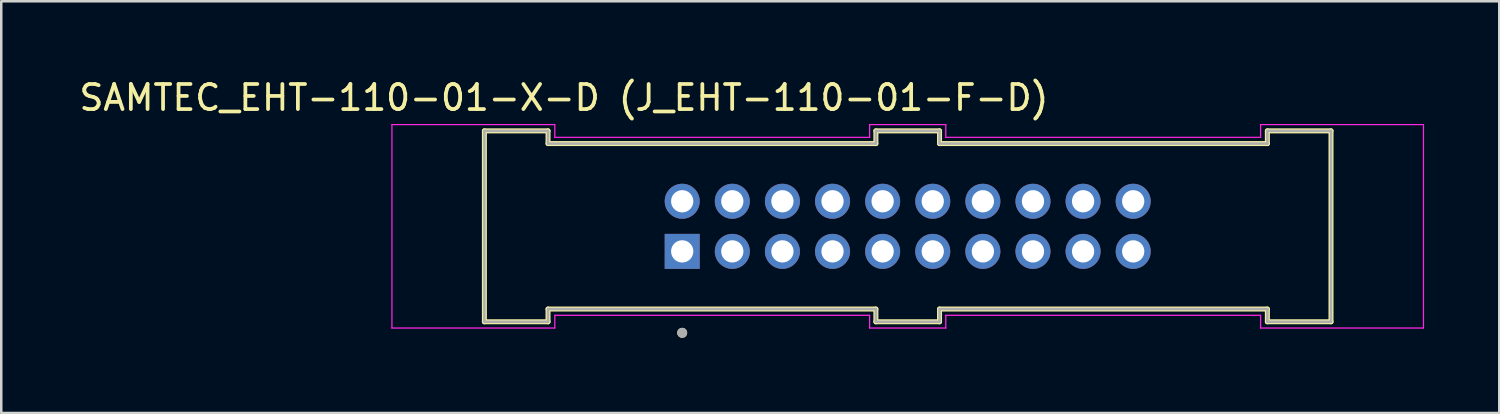
<source format=kicad_pcb>
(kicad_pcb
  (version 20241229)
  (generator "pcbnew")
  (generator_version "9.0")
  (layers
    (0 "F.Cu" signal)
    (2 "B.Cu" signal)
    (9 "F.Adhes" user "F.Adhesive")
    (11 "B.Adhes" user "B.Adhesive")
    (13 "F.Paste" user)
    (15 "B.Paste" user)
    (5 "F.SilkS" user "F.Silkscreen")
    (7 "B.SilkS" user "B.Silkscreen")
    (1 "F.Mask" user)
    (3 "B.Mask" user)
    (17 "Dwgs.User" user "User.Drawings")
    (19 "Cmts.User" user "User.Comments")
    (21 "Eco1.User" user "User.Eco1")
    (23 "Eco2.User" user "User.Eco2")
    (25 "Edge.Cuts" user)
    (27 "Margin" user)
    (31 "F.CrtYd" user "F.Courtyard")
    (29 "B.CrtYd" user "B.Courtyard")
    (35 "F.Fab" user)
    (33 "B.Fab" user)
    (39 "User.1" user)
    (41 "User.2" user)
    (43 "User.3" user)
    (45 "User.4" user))
  (footprint "SAMTEC_EHT-110-01-X-D (J_EHT-110-01-F-D)"
    (layer "F.Cu")
    (at 33.178 5.983)
    (property "Reference" "SAMTEC_EHT-110-01-X-D (J_EHT-110-01-F-D)" (at -13.72 -5.135 0) (layer "F.SilkS") (effects (font (size 1 1) (thickness 0.15))))
    (attr through_hole)
    (fp_line (start -16.895 -3.81) (end -14.355 -3.81) (stroke (width 0.2) (type solid)) (layer "F.SilkS"))
    (fp_line (start -16.895 3.81) (end -16.895 -3.81) (stroke (width 0.2) (type solid)) (layer "F.SilkS"))
    (fp_line (start -16.895 3.81) (end -14.355 3.81) (stroke (width 0.2) (type solid)) (layer "F.SilkS"))
    (fp_line (start -14.355 -3.302) (end -14.355 -3.81) (stroke (width 0.2) (type solid)) (layer "F.SilkS"))
    (fp_line (start -14.355 -3.302) (end -1.27 -3.302) (stroke (width 0.2) (type solid)) (layer "F.SilkS"))
    (fp_line (start -14.355 3.302) (end -14.355 3.81) (stroke (width 0.2) (type solid)) (layer "F.SilkS"))
    (fp_line (start -14.355 3.302) (end -1.27 3.302) (stroke (width 0.2) (type solid)) (layer "F.SilkS"))
    (fp_line (start -1.27 -3.81) (end 1.27 -3.81) (stroke (width 0.2) (type solid)) (layer "F.SilkS"))
    (fp_line (start -1.27 -3.302) (end -1.27 -3.81) (stroke (width 0.2) (type solid)) (layer "F.SilkS"))
    (fp_line (start -1.27 3.302) (end -1.27 3.81) (stroke (width 0.2) (type solid)) (layer "F.SilkS"))
    (fp_line (start -1.27 3.81) (end 1.27 3.81) (stroke (width 0.2) (type solid)) (layer "F.SilkS"))
    (fp_line (start 1.27 -3.302) (end 1.27 -3.81) (stroke (width 0.2) (type solid)) (layer "F.SilkS"))
    (fp_line (start 1.27 3.302) (end 1.27 3.81) (stroke (width 0.2) (type solid)) (layer "F.SilkS"))
    (fp_line (start 14.355 -3.302) (end 1.27 -3.302) (stroke (width 0.2) (type solid)) (layer "F.SilkS"))
    (fp_line (start 14.355 -3.302) (end 14.355 -3.81) (stroke (width 0.2) (type solid)) (layer "F.SilkS"))
    (fp_line (start 14.355 3.302) (end 1.27 3.302) (stroke (width 0.2) (type solid)) (layer "F.SilkS"))
    (fp_line (start 14.355 3.302) (end 14.355 3.81) (stroke (width 0.2) (type solid)) (layer "F.SilkS"))
    (fp_line (start 16.895 -3.81) (end 14.355 -3.81) (stroke (width 0.2) (type solid)) (layer "F.SilkS"))
    (fp_line (start 16.895 3.81) (end 14.355 3.81) (stroke (width 0.2) (type solid)) (layer "F.SilkS"))
    (fp_line (start 16.895 3.81) (end 16.895 -3.81) (stroke (width 0.2) (type solid)) (layer "F.SilkS"))
    (fp_circle (center -9 4.25) (end -8.9 4.25) (stroke (width 0.2) (type solid)) (fill no) (layer "F.SilkS"))
    (fp_line (start -20.585 -4.06) (end -14.085 -4.06) (stroke (width 0.05) (type solid)) (layer "F.CrtYd"))
    (fp_line (start -20.585 4.06) (end -20.585 -4.06) (stroke (width 0.05) (type solid)) (layer "F.CrtYd"))
    (fp_line (start -20.585 4.06) (end -14.085 4.06) (stroke (width 0.05) (type solid)) (layer "F.CrtYd"))
    (fp_line (start -14.085 -3.552) (end -14.085 -4.06) (stroke (width 0.05) (type solid)) (layer "F.CrtYd"))
    (fp_line (start -14.085 -3.552) (end -1.52 -3.552) (stroke (width 0.05) (type solid)) (layer "F.CrtYd"))
    (fp_line (start -14.085 3.552) (end -14.085 4.06) (stroke (width 0.05) (type solid)) (layer "F.CrtYd"))
    (fp_line (start -14.085 3.552) (end -1.52 3.552) (stroke (width 0.05) (type solid)) (layer "F.CrtYd"))
    (fp_line (start -1.52 -4.06) (end 1.52 -4.06) (stroke (width 0.05) (type solid)) (layer "F.CrtYd"))
    (fp_line (start -1.52 -3.552) (end -1.52 -4.06) (stroke (width 0.05) (type solid)) (layer "F.CrtYd"))
    (fp_line (start -1.52 3.552) (end -1.52 4.06) (stroke (width 0.05) (type solid)) (layer "F.CrtYd"))
    (fp_line (start -1.52 4.06) (end 1.52 4.06) (stroke (width 0.05) (type solid)) (layer "F.CrtYd"))
    (fp_line (start 1.52 -3.552) (end 1.52 -4.06) (stroke (width 0.05) (type solid)) (layer "F.CrtYd"))
    (fp_line (start 1.52 3.552) (end 1.52 4.06) (stroke (width 0.05) (type solid)) (layer "F.CrtYd"))
    (fp_line (start 14.085 -3.552) (end 1.52 -3.552) (stroke (width 0.05) (type solid)) (layer "F.CrtYd"))
    (fp_line (start 14.085 -3.552) (end 14.085 -4.06) (stroke (width 0.05) (type solid)) (layer "F.CrtYd"))
    (fp_line (start 14.085 3.552) (end 1.52 3.552) (stroke (width 0.05) (type solid)) (layer "F.CrtYd"))
    (fp_line (start 14.085 3.552) (end 14.085 4.06) (stroke (width 0.05) (type solid)) (layer "F.CrtYd"))
    (fp_line (start 20.585 -4.06) (end 14.085 -4.06) (stroke (width 0.05) (type solid)) (layer "F.CrtYd"))
    (fp_line (start 20.585 4.06) (end 14.085 4.06) (stroke (width 0.05) (type solid)) (layer "F.CrtYd"))
    (fp_line (start 20.585 4.06) (end 20.585 -4.06) (stroke (width 0.05) (type solid)) (layer "F.CrtYd"))
    (fp_line (start -16.895 -3.81) (end -14.355 -3.81) (stroke (width 0.1) (type solid)) (layer "F.Fab"))
    (fp_line (start -16.895 3.81) (end -16.895 -3.81) (stroke (width 0.1) (type solid)) (layer "F.Fab"))
    (fp_line (start -16.895 3.81) (end -14.355 3.81) (stroke (width 0.1) (type solid)) (layer "F.Fab"))
    (fp_line (start -14.355 -3.302) (end -14.355 -3.81) (stroke (width 0.1) (type solid)) (layer "F.Fab"))
    (fp_line (start -14.355 -3.302) (end -1.27 -3.302) (stroke (width 0.1) (type solid)) (layer "F.Fab"))
    (fp_line (start -14.355 3.302) (end -14.355 3.81) (stroke (width 0.1) (type solid)) (layer "F.Fab"))
    (fp_line (start -14.355 3.302) (end -1.27 3.302) (stroke (width 0.1) (type solid)) (layer "F.Fab"))
    (fp_line (start -1.27 -3.81) (end 1.27 -3.81) (stroke (width 0.1) (type solid)) (layer "F.Fab"))
    (fp_line (start -1.27 -3.302) (end -1.27 -3.81) (stroke (width 0.1) (type solid)) (layer "F.Fab"))
    (fp_line (start -1.27 3.302) (end -1.27 3.81) (stroke (width 0.1) (type solid)) (layer "F.Fab"))
    (fp_line (start -1.27 3.81) (end 1.27 3.81) (stroke (width 0.1) (type solid)) (layer "F.Fab"))
    (fp_line (start 1.27 -3.302) (end 1.27 -3.81) (stroke (width 0.1) (type solid)) (layer "F.Fab"))
    (fp_line (start 1.27 3.302) (end 1.27 3.81) (stroke (width 0.1) (type solid)) (layer "F.Fab"))
    (fp_line (start 14.355 -3.302) (end 1.27 -3.302) (stroke (width 0.1) (type solid)) (layer "F.Fab"))
    (fp_line (start 14.355 -3.302) (end 14.355 -3.81) (stroke (width 0.1) (type solid)) (layer "F.Fab"))
    (fp_line (start 14.355 3.302) (end 1.27 3.302) (stroke (width 0.1) (type solid)) (layer "F.Fab"))
    (fp_line (start 14.355 3.302) (end 14.355 3.81) (stroke (width 0.1) (type solid)) (layer "F.Fab"))
    (fp_line (start 16.895 -3.81) (end 14.355 -3.81) (stroke (width 0.1) (type solid)) (layer "F.Fab"))
    (fp_line (start 16.895 3.81) (end 14.355 3.81) (stroke (width 0.1) (type solid)) (layer "F.Fab"))
    (fp_line (start 16.895 3.81) (end 16.895 -3.81) (stroke (width 0.1) (type solid)) (layer "F.Fab"))
    (fp_circle (center -9 4.25) (end -8.9 4.25) (stroke (width 0.2) (type solid)) (fill no) (layer "F.Fab"))
    (pad "01" thru_hole rect (at -9 1) (size 1.397 1.397) (drill 0.889) (layers "*.Cu" "*.Mask"))
    (pad "02" thru_hole circle (at -9 -1) (size 1.397 1.397) (drill 0.889) (layers "*.Cu" "*.Mask"))
    (pad "03" thru_hole circle (at -7 1) (size 1.397 1.397) (drill 0.889) (layers "*.Cu" "*.Mask"))
    (pad "04" thru_hole circle (at -7 -1) (size 1.397 1.397) (drill 0.889) (layers "*.Cu" "*.Mask"))
    (pad "05" thru_hole circle (at -5 1) (size 1.397 1.397) (drill 0.889) (layers "*.Cu" "*.Mask"))
    (pad "06" thru_hole circle (at -5 -1) (size 1.397 1.397) (drill 0.889) (layers "*.Cu" "*.Mask"))
    (pad "07" thru_hole circle (at -3 1) (size 1.397 1.397) (drill 0.889) (layers "*.Cu" "*.Mask"))
    (pad "08" thru_hole circle (at -3 -1) (size 1.397 1.397) (drill 0.889) (layers "*.Cu" "*.Mask"))
    (pad "09" thru_hole circle (at -1 1) (size 1.397 1.397) (drill 0.889) (layers "*.Cu" "*.Mask"))
    (pad "10" thru_hole circle (at -1 -1) (size 1.397 1.397) (drill 0.889) (layers "*.Cu" "*.Mask"))
    (pad "11" thru_hole circle (at 1 1) (size 1.397 1.397) (drill 0.889) (layers "*.Cu" "*.Mask"))
    (pad "12" thru_hole circle (at 1 -1) (size 1.397 1.397) (drill 0.889) (layers "*.Cu" "*.Mask"))
    (pad "13" thru_hole circle (at 3 1) (size 1.397 1.397) (drill 0.889) (layers "*.Cu" "*.Mask"))
    (pad "14" thru_hole circle (at 3 -1) (size 1.397 1.397) (drill 0.889) (layers "*.Cu" "*.Mask"))
    (pad "15" thru_hole circle (at 5 1) (size 1.397 1.397) (drill 0.889) (layers "*.Cu" "*.Mask"))
    (pad "16" thru_hole circle (at 5 -1) (size 1.397 1.397) (drill 0.889) (layers "*.Cu" "*.Mask"))
    (pad "17" thru_hole circle (at 7 1) (size 1.397 1.397) (drill 0.889) (layers "*.Cu" "*.Mask"))
    (pad "18" thru_hole circle (at 7 -1) (size 1.397 1.397) (drill 0.889) (layers "*.Cu" "*.Mask"))
    (pad "19" thru_hole circle (at 9 1) (size 1.397 1.397) (drill 0.889) (layers "*.Cu" "*.Mask"))
    (pad "20" thru_hole circle (at 9 -1) (size 1.397 1.397) (drill 0.889) (layers "*.Cu" "*.Mask")))
  (gr_rect
    (start -3 -3)
    (end 56.788 13.433)
    (stroke (width 0.1) (type default))
    (fill no)
    (layer "Edge.Cuts")))
</source>
